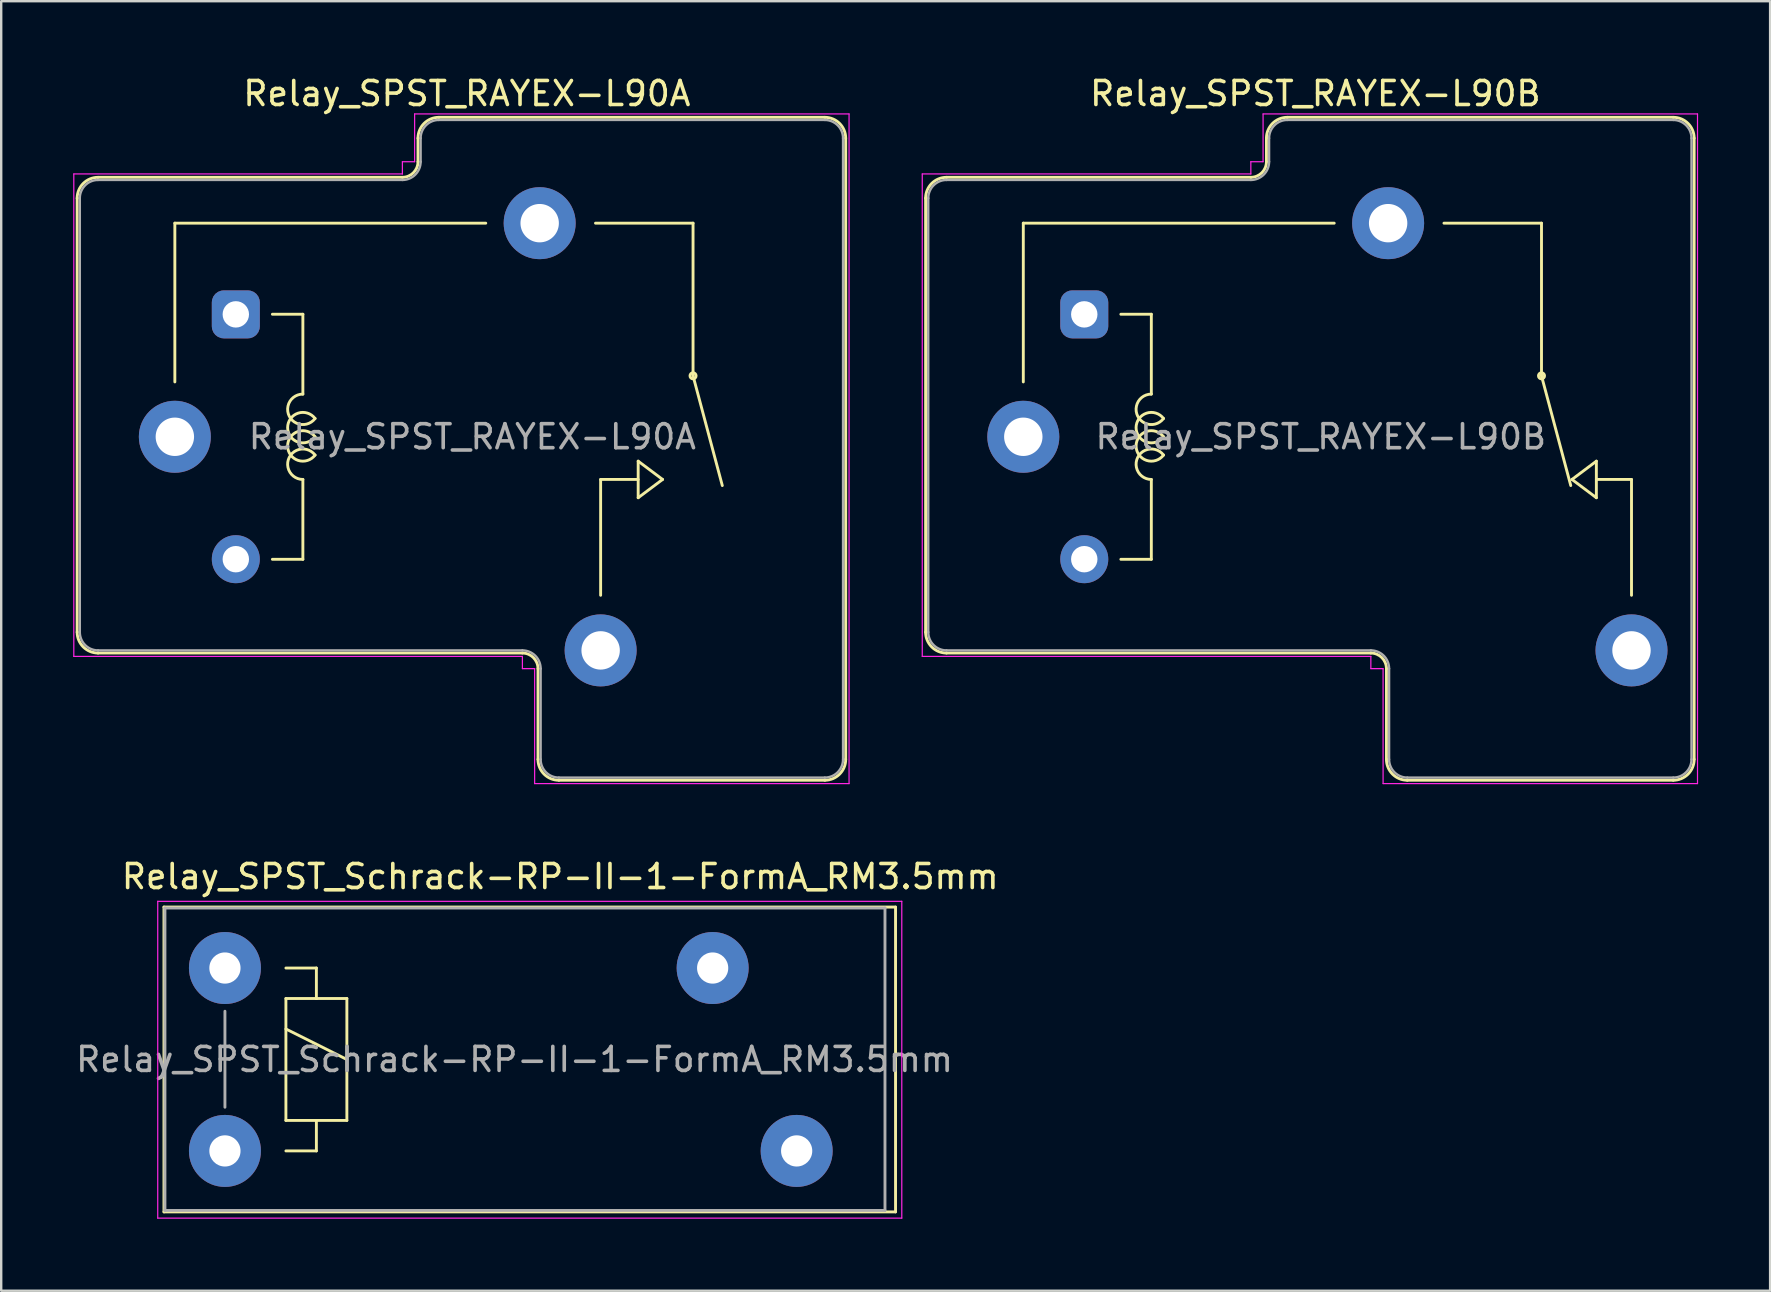
<source format=kicad_pcb>
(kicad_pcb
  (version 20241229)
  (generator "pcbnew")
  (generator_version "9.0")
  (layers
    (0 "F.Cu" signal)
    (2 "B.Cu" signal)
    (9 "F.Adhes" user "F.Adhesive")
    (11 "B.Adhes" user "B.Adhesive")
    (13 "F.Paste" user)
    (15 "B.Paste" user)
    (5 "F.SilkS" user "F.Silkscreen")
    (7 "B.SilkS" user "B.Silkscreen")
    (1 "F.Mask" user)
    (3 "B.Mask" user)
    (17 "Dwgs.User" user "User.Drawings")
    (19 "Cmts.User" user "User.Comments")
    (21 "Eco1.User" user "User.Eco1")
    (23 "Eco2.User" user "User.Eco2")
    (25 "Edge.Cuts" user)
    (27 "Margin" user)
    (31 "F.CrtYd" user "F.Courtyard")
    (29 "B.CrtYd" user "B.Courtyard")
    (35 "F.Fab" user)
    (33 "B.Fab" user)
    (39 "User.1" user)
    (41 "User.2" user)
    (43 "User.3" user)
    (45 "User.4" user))
  (footprint "Relay_SPST_RAYEX-L90B"
    (layer "F.Cu")
    (at 39.585 15.148)
    (property "Reference" "Relay_SPST_RAYEX-L90B" (at 12.167 -14.3 0) (layer "F.SilkS") (effects (font (size 1 1) (thickness 0.15))))
    (attr through_hole)
    (fp_line (start -4.07 -9.94) (end -4.07 8.14) (stroke (width 0.12) (type solid)) (layer "F.SilkS"))
    (fp_line (start -3.2 -10.81) (end 9.48 -10.81) (stroke (width 0.12) (type solid)) (layer "F.SilkS"))
    (fp_line (start -3.2 9.01) (end 14.48 9.01) (stroke (width 0.12) (type solid)) (layer "F.SilkS"))
    (fp_line (start 0 -8.9) (end 0 -2.286) (stroke (width 0.12) (type solid)) (layer "F.SilkS"))
    (fp_line (start 0 -8.9) (end 12.954 -8.9) (stroke (width 0.12) (type solid)) (layer "F.SilkS"))
    (fp_line (start 4.064 -5.105) (end 5.334 -5.105) (stroke (width 0.12) (type solid)) (layer "F.SilkS"))
    (fp_line (start 5.334 -1.778) (end 5.334 -5.105) (stroke (width 0.12) (type solid)) (layer "F.SilkS"))
    (fp_line (start 5.334 5.105) (end 4.064 5.105) (stroke (width 0.12) (type solid)) (layer "F.SilkS"))
    (fp_line (start 5.334 5.105) (end 5.334 1.778) (stroke (width 0.12) (type solid)) (layer "F.SilkS"))
    (fp_line (start 10.13 -12.44) (end 10.13 -11.46) (stroke (width 0.12) (type solid)) (layer "F.SilkS"))
    (fp_line (start 11 -13.31) (end 27.08 -13.31) (stroke (width 0.12) (type solid)) (layer "F.SilkS"))
    (fp_line (start 15.13 9.66) (end 15.13 13.44) (stroke (width 0.12) (type solid)) (layer "F.SilkS"))
    (fp_line (start 16 14.31) (end 27.08 14.31) (stroke (width 0.12) (type solid)) (layer "F.SilkS"))
    (fp_line (start 21.59 -8.9) (end 17.526 -8.9) (stroke (width 0.12) (type solid)) (layer "F.SilkS"))
    (fp_line (start 21.59 -2.54) (end 21.59 -8.9) (stroke (width 0.12) (type solid)) (layer "F.SilkS"))
    (fp_line (start 21.59 -2.54) (end 22.809 2.032) (stroke (width 0.12) (type solid)) (layer "F.SilkS"))
    (fp_line (start 22.86 1.778) (end 23.876 1.016) (stroke (width 0.12) (type solid)) (layer "F.SilkS"))
    (fp_line (start 23.876 1.778) (end 25.34 1.778) (stroke (width 0.12) (type solid)) (layer "F.SilkS"))
    (fp_line (start 23.876 2.54) (end 22.86 1.778) (stroke (width 0.12) (type solid)) (layer "F.SilkS"))
    (fp_line (start 23.876 2.54) (end 23.876 1.016) (stroke (width 0.12) (type solid)) (layer "F.SilkS"))
    (fp_line (start 25.34 1.778) (end 25.34 6.604) (stroke (width 0.12) (type solid)) (layer "F.SilkS"))
    (fp_line (start 27.95 -12.44) (end 27.95 13.44) (stroke (width 0.12) (type solid)) (layer "F.SilkS"))
    (fp_arc (start -4.07 -9.94) (mid -3.815183 -10.555183) (end -3.2 -10.81) (stroke (width 0.12) (type solid)) (layer "F.SilkS"))
    (fp_arc (start -3.2 9.01) (mid -3.815183 8.755183) (end -4.07 8.14) (stroke (width 0.12) (type solid)) (layer "F.SilkS"))
    (fp_arc (start 5.334002 1.777997) (mid 4.765966 0.859166) (end 5.841802 0.76173) (stroke (width 0.12) (type solid)) (layer "F.SilkS"))
    (fp_arc (start 5.8418 -0.761733) (mid 4.765964 -0.859168) (end 5.334 -1.778) (stroke (width 0.12) (type solid)) (layer "F.SilkS"))
    (fp_arc (start 5.842265 -0.000355) (mid 4.699002 -0.38078) (end 5.842 -0.762001) (stroke (width 0.12) (type solid)) (layer "F.SilkS"))
    (fp_arc (start 5.842266 0.761644) (mid 4.699003 0.381219) (end 5.842001 -0.000002) (stroke (width 0.12) (type solid)) (layer "F.SilkS"))
    (fp_arc (start 10.13 -12.44) (mid 10.384817 -13.055183) (end 11 -13.31) (stroke (width 0.12) (type solid)) (layer "F.SilkS"))
    (fp_arc (start 10.13 -11.46) (mid 9.939619 -11.000381) (end 9.48 -10.81) (stroke (width 0.12) (type solid)) (layer "F.SilkS"))
    (fp_arc (start 14.48 9.01) (mid 14.939619 9.200381) (end 15.13 9.66) (stroke (width 0.12) (type solid)) (layer "F.SilkS"))
    (fp_arc (start 16 14.31) (mid 15.384817 14.055183) (end 15.13 13.44) (stroke (width 0.12) (type solid)) (layer "F.SilkS"))
    (fp_arc (start 27.08 -13.31) (mid 27.695183 -13.055183) (end 27.95 -12.44) (stroke (width 0.12) (type solid)) (layer "F.SilkS"))
    (fp_arc (start 27.95 13.44) (mid 27.695183 14.055183) (end 27.08 14.31) (stroke (width 0.12) (type solid)) (layer "F.SilkS"))
    (fp_circle (center 21.59 -2.54) (end 21.59 -2.413) (stroke (width 0.12) (type solid)) (fill no) (layer "F.SilkS"))
    (fp_line (start -4.21 -10.95) (end -4.21 9.15) (stroke (width 0.05) (type solid)) (layer "F.CrtYd"))
    (fp_line (start -4.21 -10.95) (end 9.48 -10.95) (stroke (width 0.05) (type solid)) (layer "F.CrtYd"))
    (fp_line (start -4.21 9.15) (end 14.48 9.15) (stroke (width 0.05) (type solid)) (layer "F.CrtYd"))
    (fp_line (start 9.48 -11.46) (end 9.48 -10.95) (stroke (width 0.05) (type solid)) (layer "F.CrtYd"))
    (fp_line (start 9.48 -11.46) (end 9.99 -11.46) (stroke (width 0.05) (type solid)) (layer "F.CrtYd"))
    (fp_line (start 9.99 -13.45) (end 9.99 -11.46) (stroke (width 0.05) (type solid)) (layer "F.CrtYd"))
    (fp_line (start 9.99 -13.45) (end 28.09 -13.45) (stroke (width 0.05) (type solid)) (layer "F.CrtYd"))
    (fp_line (start 14.48 9.15) (end 14.48 9.66) (stroke (width 0.05) (type solid)) (layer "F.CrtYd"))
    (fp_line (start 14.48 9.66) (end 14.99 9.66) (stroke (width 0.05) (type solid)) (layer "F.CrtYd"))
    (fp_line (start 14.99 9.66) (end 14.99 14.45) (stroke (width 0.05) (type solid)) (layer "F.CrtYd"))
    (fp_line (start 14.99 14.45) (end 28.09 14.45) (stroke (width 0.05) (type solid)) (layer "F.CrtYd"))
    (fp_line (start 28.09 -13.45) (end 28.09 14.45) (stroke (width 0.05) (type solid)) (layer "F.CrtYd"))
    (fp_line (start -3.96 -9.94) (end -3.96 8.14) (stroke (width 0.1) (type solid)) (layer "F.Fab"))
    (fp_line (start -3.2 -10.7) (end 9.48 -10.7) (stroke (width 0.1) (type solid)) (layer "F.Fab"))
    (fp_line (start -3.2 8.9) (end 14.48 8.9) (stroke (width 0.1) (type solid)) (layer "F.Fab"))
    (fp_line (start 10.24 -12.44) (end 10.24 -11.46) (stroke (width 0.1) (type solid)) (layer "F.Fab"))
    (fp_line (start 11 -13.2) (end 27.08 -13.2) (stroke (width 0.1) (type solid)) (layer "F.Fab"))
    (fp_line (start 15.24 9.66) (end 15.24 13.44) (stroke (width 0.1) (type solid)) (layer "F.Fab"))
    (fp_line (start 16 14.2) (end 27.08 14.2) (stroke (width 0.1) (type solid)) (layer "F.Fab"))
    (fp_line (start 27.84 -12.44) (end 27.84 13.44) (stroke (width 0.1) (type solid)) (layer "F.Fab"))
    (fp_arc (start -3.96 -9.94) (mid -3.737401 -10.477401) (end -3.2 -10.7) (stroke (width 0.1) (type solid)) (layer "F.Fab"))
    (fp_arc (start -3.2 8.9) (mid -3.737401 8.677401) (end -3.96 8.14) (stroke (width 0.1) (type solid)) (layer "F.Fab"))
    (fp_arc (start 10.24 -12.44) (mid 10.462599 -12.977401) (end 11 -13.2) (stroke (width 0.1) (type solid)) (layer "F.Fab"))
    (fp_arc (start 10.24 -11.46) (mid 10.017401 -10.922599) (end 9.48 -10.7) (stroke (width 0.1) (type solid)) (layer "F.Fab"))
    (fp_arc (start 14.48 8.9) (mid 15.017401 9.122599) (end 15.24 9.66) (stroke (width 0.1) (type solid)) (layer "F.Fab"))
    (fp_arc (start 16 14.2) (mid 15.462599 13.977401) (end 15.24 13.44) (stroke (width 0.1) (type solid)) (layer "F.Fab"))
    (fp_arc (start 27.08 -13.2) (mid 27.617401 -12.977401) (end 27.84 -12.44) (stroke (width 0.1) (type solid)) (layer "F.Fab"))
    (fp_arc (start 27.84 13.44) (mid 27.617401 13.977401) (end 27.08 14.2) (stroke (width 0.1) (type solid)) (layer "F.Fab"))
    (fp_text user "${REFERENCE}" (at 12.395 0 0) (layer "F.Fab") (effects (font (size 1 1) (thickness 0.15))))
    (pad "11A" thru_hole circle (at 0 0 180) (size 3 3) (drill 1.6) (layers "*.Cu" "*.Mask"))
    (pad "11B" thru_hole circle (at 15.2 -8.9 180) (size 3 3) (drill 1.6) (layers "*.Cu" "*.Mask"))
    (pad "12" thru_hole circle (at 25.34 8.9 180) (size 3 3) (drill 1.6) (layers "*.Cu" "*.Mask"))
    (pad "A1" thru_hole roundrect (at 2.54 -5.1 180) (size 2 2) (drill 1.1) (layers "*.Cu" "*.Mask") (roundrect_rratio 0.25))
    (pad "A2" thru_hole circle (at 2.54 5.1 180) (size 2 2) (drill 1.1) (layers "*.Cu" "*.Mask")))
  (footprint "Relay_SPST_Schrack-RP-II-1-FormA_RM3.5mm"
    (layer "F.Cu")
    (at 6.322 37.282)
    (property "Reference" "Relay_SPST_Schrack-RP-II-1-FormA_RM3.5mm" (at 13.97 -3.81 0) (layer "F.SilkS") (effects (font (size 1 1) (thickness 0.15))))
    (attr through_hole)
    (fp_line (start -2.54 -2.54) (end 27.94 -2.54) (stroke (width 0.12) (type solid)) (layer "F.SilkS"))
    (fp_line (start -2.54 10.16) (end -2.54 -2.54) (stroke (width 0.12) (type solid)) (layer "F.SilkS"))
    (fp_line (start 2.54 0) (end 3.81 0) (stroke (width 0.12) (type solid)) (layer "F.SilkS"))
    (fp_line (start 2.54 1.27) (end 3.81 1.27) (stroke (width 0.12) (type solid)) (layer "F.SilkS"))
    (fp_line (start 2.54 2.54) (end 5.08 3.81) (stroke (width 0.12) (type solid)) (layer "F.SilkS"))
    (fp_line (start 2.54 6.35) (end 2.54 1.27) (stroke (width 0.12) (type solid)) (layer "F.SilkS"))
    (fp_line (start 3.81 0) (end 3.81 1.27) (stroke (width 0.12) (type solid)) (layer "F.SilkS"))
    (fp_line (start 3.81 1.27) (end 5.08 1.27) (stroke (width 0.12) (type solid)) (layer "F.SilkS"))
    (fp_line (start 3.81 6.35) (end 3.81 7.62) (stroke (width 0.12) (type solid)) (layer "F.SilkS"))
    (fp_line (start 3.81 7.62) (end 2.54 7.62) (stroke (width 0.12) (type solid)) (layer "F.SilkS"))
    (fp_line (start 5.08 1.27) (end 5.08 6.35) (stroke (width 0.12) (type solid)) (layer "F.SilkS"))
    (fp_line (start 5.08 6.35) (end 2.54 6.35) (stroke (width 0.12) (type solid)) (layer "F.SilkS"))
    (fp_line (start 27.94 -2.54) (end 27.94 10.16) (stroke (width 0.12) (type solid)) (layer "F.SilkS"))
    (fp_line (start 27.94 10.16) (end -2.54 10.16) (stroke (width 0.12) (type solid)) (layer "F.SilkS"))
    (fp_line (start -2.8 -2.78) (end 28.2 -2.78) (stroke (width 0.05) (type solid)) (layer "F.CrtYd"))
    (fp_line (start -2.8 10.42) (end -2.8 -2.78) (stroke (width 0.05) (type solid)) (layer "F.CrtYd"))
    (fp_line (start 28.2 -2.78) (end 28.2 10.42) (stroke (width 0.05) (type solid)) (layer "F.CrtYd"))
    (fp_line (start 28.2 10.42) (end -2.8 10.42) (stroke (width 0.05) (type solid)) (layer "F.CrtYd"))
    (fp_line (start -2.5 -2.5) (end 27.5 -2.5) (stroke (width 0.12) (type solid)) (layer "F.Fab"))
    (fp_line (start -2.5 10.1) (end -2.5 -2.5) (stroke (width 0.12) (type solid)) (layer "F.Fab"))
    (fp_line (start 0 1.8) (end 0 5.8) (stroke (width 0.12) (type solid)) (layer "F.Fab"))
    (fp_line (start 27.5 -2.5) (end 27.5 10.1) (stroke (width 0.12) (type solid)) (layer "F.Fab"))
    (fp_line (start 27.5 10.1) (end -2.5 10.1) (stroke (width 0.12) (type solid)) (layer "F.Fab"))
    (fp_text user "${REFERENCE}" (at 12.065 3.81 0) (layer "F.Fab") (effects (font (size 1 1) (thickness 0.15))))
    (pad "11" thru_hole circle (at 20.32 0) (size 3 3) (drill 1.3) (layers "*.Cu" "*.Mask"))
    (pad "14" thru_hole circle (at 23.82 7.62) (size 3 3) (drill 1.3) (layers "*.Cu" "*.Mask"))
    (pad "A1" thru_hole circle (at 0 0) (size 3 3) (drill 1.3) (layers "*.Cu" "*.Mask"))
    (pad "A2" thru_hole circle (at 0 7.62) (size 3 3) (drill 1.3) (layers "*.Cu" "*.Mask")))
  (footprint "Relay_SPST_RAYEX-L90A"
    (layer "F.Cu")
    (at 4.235 15.148)
    (property "Reference" "Relay_SPST_RAYEX-L90A" (at 12.167 -14.3 0) (layer "F.SilkS") (effects (font (size 1 1) (thickness 0.15))))
    (attr through_hole)
    (fp_line (start -4.07 -9.94) (end -4.07 8.14) (stroke (width 0.12) (type solid)) (layer "F.SilkS"))
    (fp_line (start -3.2 -10.81) (end 9.48 -10.81) (stroke (width 0.12) (type solid)) (layer "F.SilkS"))
    (fp_line (start -3.2 9.01) (end 14.48 9.01) (stroke (width 0.12) (type solid)) (layer "F.SilkS"))
    (fp_line (start 0 -8.9) (end 0 -2.286) (stroke (width 0.12) (type solid)) (layer "F.SilkS"))
    (fp_line (start 0 -8.9) (end 12.954 -8.9) (stroke (width 0.12) (type solid)) (layer "F.SilkS"))
    (fp_line (start 4.064 -5.105) (end 5.334 -5.105) (stroke (width 0.12) (type solid)) (layer "F.SilkS"))
    (fp_line (start 5.334 -1.778) (end 5.334 -5.105) (stroke (width 0.12) (type solid)) (layer "F.SilkS"))
    (fp_line (start 5.334 5.105) (end 4.064 5.105) (stroke (width 0.12) (type solid)) (layer "F.SilkS"))
    (fp_line (start 5.334 5.105) (end 5.334 1.778) (stroke (width 0.12) (type solid)) (layer "F.SilkS"))
    (fp_line (start 10.13 -12.44) (end 10.13 -11.46) (stroke (width 0.12) (type solid)) (layer "F.SilkS"))
    (fp_line (start 11 -13.31) (end 27.08 -13.31) (stroke (width 0.12) (type solid)) (layer "F.SilkS"))
    (fp_line (start 15.13 9.66) (end 15.13 13.44) (stroke (width 0.12) (type solid)) (layer "F.SilkS"))
    (fp_line (start 16 14.31) (end 27.08 14.31) (stroke (width 0.12) (type solid)) (layer "F.SilkS"))
    (fp_line (start 17.74 1.778) (end 19.304 1.778) (stroke (width 0.12) (type solid)) (layer "F.SilkS"))
    (fp_line (start 17.74 6.604) (end 17.74 1.778) (stroke (width 0.12) (type solid)) (layer "F.SilkS"))
    (fp_line (start 19.304 1.016) (end 19.304 2.54) (stroke (width 0.12) (type solid)) (layer "F.SilkS"))
    (fp_line (start 19.304 2.54) (end 20.32 1.778) (stroke (width 0.12) (type solid)) (layer "F.SilkS"))
    (fp_line (start 20.32 1.778) (end 19.304 1.016) (stroke (width 0.12) (type solid)) (layer "F.SilkS"))
    (fp_line (start 21.59 -8.9) (end 17.526 -8.9) (stroke (width 0.12) (type solid)) (layer "F.SilkS"))
    (fp_line (start 21.59 -2.54) (end 21.59 -8.9) (stroke (width 0.12) (type solid)) (layer "F.SilkS"))
    (fp_line (start 21.59 -2.54) (end 22.809 2.032) (stroke (width 0.12) (type solid)) (layer "F.SilkS"))
    (fp_line (start 27.95 -12.44) (end 27.95 13.44) (stroke (width 0.12) (type solid)) (layer "F.SilkS"))
    (fp_arc (start -4.07 -9.94) (mid -3.815183 -10.555183) (end -3.2 -10.81) (stroke (width 0.12) (type solid)) (layer "F.SilkS"))
    (fp_arc (start -3.2 9.01) (mid -3.815183 8.755183) (end -4.07 8.14) (stroke (width 0.12) (type solid)) (layer "F.SilkS"))
    (fp_arc (start 5.334002 1.777997) (mid 4.765966 0.859166) (end 5.841802 0.76173) (stroke (width 0.12) (type solid)) (layer "F.SilkS"))
    (fp_arc (start 5.8418 -0.761733) (mid 4.765964 -0.859168) (end 5.334 -1.778) (stroke (width 0.12) (type solid)) (layer "F.SilkS"))
    (fp_arc (start 5.842265 -0.000355) (mid 4.699002 -0.38078) (end 5.842 -0.762001) (stroke (width 0.12) (type solid)) (layer "F.SilkS"))
    (fp_arc (start 5.842266 0.761644) (mid 4.699003 0.381219) (end 5.842001 -0.000002) (stroke (width 0.12) (type solid)) (layer "F.SilkS"))
    (fp_arc (start 10.13 -12.44) (mid 10.384817 -13.055183) (end 11 -13.31) (stroke (width 0.12) (type solid)) (layer "F.SilkS"))
    (fp_arc (start 10.13 -11.46) (mid 9.939619 -11.000381) (end 9.48 -10.81) (stroke (width 0.12) (type solid)) (layer "F.SilkS"))
    (fp_arc (start 14.48 9.01) (mid 14.939619 9.200381) (end 15.13 9.66) (stroke (width 0.12) (type solid)) (layer "F.SilkS"))
    (fp_arc (start 16 14.31) (mid 15.384817 14.055183) (end 15.13 13.44) (stroke (width 0.12) (type solid)) (layer "F.SilkS"))
    (fp_arc (start 27.08 -13.31) (mid 27.695183 -13.055183) (end 27.95 -12.44) (stroke (width 0.12) (type solid)) (layer "F.SilkS"))
    (fp_arc (start 27.95 13.44) (mid 27.695183 14.055183) (end 27.08 14.31) (stroke (width 0.12) (type solid)) (layer "F.SilkS"))
    (fp_circle (center 21.59 -2.54) (end 21.59 -2.413) (stroke (width 0.12) (type solid)) (fill no) (layer "F.SilkS"))
    (fp_line (start -4.21 -10.95) (end -4.21 9.15) (stroke (width 0.05) (type solid)) (layer "F.CrtYd"))
    (fp_line (start -4.21 -10.95) (end 9.48 -10.95) (stroke (width 0.05) (type solid)) (layer "F.CrtYd"))
    (fp_line (start -4.21 9.15) (end 14.48 9.15) (stroke (width 0.05) (type solid)) (layer "F.CrtYd"))
    (fp_line (start 9.48 -11.46) (end 9.48 -10.95) (stroke (width 0.05) (type solid)) (layer "F.CrtYd"))
    (fp_line (start 9.48 -11.46) (end 9.99 -11.46) (stroke (width 0.05) (type solid)) (layer "F.CrtYd"))
    (fp_line (start 9.99 -13.45) (end 9.99 -11.46) (stroke (width 0.05) (type solid)) (layer "F.CrtYd"))
    (fp_line (start 9.99 -13.45) (end 28.09 -13.45) (stroke (width 0.05) (type solid)) (layer "F.CrtYd"))
    (fp_line (start 14.48 9.15) (end 14.48 9.66) (stroke (width 0.05) (type solid)) (layer "F.CrtYd"))
    (fp_line (start 14.48 9.66) (end 14.99 9.66) (stroke (width 0.05) (type solid)) (layer "F.CrtYd"))
    (fp_line (start 14.99 9.66) (end 14.99 14.45) (stroke (width 0.05) (type solid)) (layer "F.CrtYd"))
    (fp_line (start 14.99 14.45) (end 28.09 14.45) (stroke (width 0.05) (type solid)) (layer "F.CrtYd"))
    (fp_line (start 28.09 -13.45) (end 28.09 14.45) (stroke (width 0.05) (type solid)) (layer "F.CrtYd"))
    (fp_line (start -3.96 -9.94) (end -3.96 8.14) (stroke (width 0.1) (type solid)) (layer "F.Fab"))
    (fp_line (start -3.2 -10.7) (end 9.48 -10.7) (stroke (width 0.1) (type solid)) (layer "F.Fab"))
    (fp_line (start -3.2 8.9) (end 14.48 8.9) (stroke (width 0.1) (type solid)) (layer "F.Fab"))
    (fp_line (start 10.24 -12.44) (end 10.24 -11.46) (stroke (width 0.1) (type solid)) (layer "F.Fab"))
    (fp_line (start 11 -13.2) (end 27.08 -13.2) (stroke (width 0.1) (type solid)) (layer "F.Fab"))
    (fp_line (start 15.24 9.66) (end 15.24 13.44) (stroke (width 0.1) (type solid)) (layer "F.Fab"))
    (fp_line (start 16 14.2) (end 27.08 14.2) (stroke (width 0.1) (type solid)) (layer "F.Fab"))
    (fp_line (start 27.84 -12.44) (end 27.84 13.44) (stroke (width 0.1) (type solid)) (layer "F.Fab"))
    (fp_arc (start -3.96 -9.94) (mid -3.737401 -10.477401) (end -3.2 -10.7) (stroke (width 0.1) (type solid)) (layer "F.Fab"))
    (fp_arc (start -3.2 8.9) (mid -3.737401 8.677401) (end -3.96 8.14) (stroke (width 0.1) (type solid)) (layer "F.Fab"))
    (fp_arc (start 10.24 -12.44) (mid 10.462599 -12.977401) (end 11 -13.2) (stroke (width 0.1) (type solid)) (layer "F.Fab"))
    (fp_arc (start 10.24 -11.46) (mid 10.017401 -10.922599) (end 9.48 -10.7) (stroke (width 0.1) (type solid)) (layer "F.Fab"))
    (fp_arc (start 14.48 8.9) (mid 15.017401 9.122599) (end 15.24 9.66) (stroke (width 0.1) (type solid)) (layer "F.Fab"))
    (fp_arc (start 16 14.2) (mid 15.462599 13.977401) (end 15.24 13.44) (stroke (width 0.1) (type solid)) (layer "F.Fab"))
    (fp_arc (start 27.08 -13.2) (mid 27.617401 -12.977401) (end 27.84 -12.44) (stroke (width 0.1) (type solid)) (layer "F.Fab"))
    (fp_arc (start 27.84 13.44) (mid 27.617401 13.977401) (end 27.08 14.2) (stroke (width 0.1) (type solid)) (layer "F.Fab"))
    (fp_text user "${REFERENCE}" (at 12.395 0 0) (layer "F.Fab") (effects (font (size 1 1) (thickness 0.15))))
    (pad "13A" thru_hole circle (at 0 0 180) (size 3 3) (drill 1.6) (layers "*.Cu" "*.Mask"))
    (pad "13B" thru_hole circle (at 15.2 -8.9 180) (size 3 3) (drill 1.6) (layers "*.Cu" "*.Mask"))
    (pad "14" thru_hole circle (at 17.74 8.9 180) (size 3 3) (drill 1.6) (layers "*.Cu" "*.Mask"))
    (pad "A1" thru_hole roundrect (at 2.54 -5.1 180) (size 2 2) (drill 1.1) (layers "*.Cu" "*.Mask") (roundrect_rratio 0.25))
    (pad "A2" thru_hole circle (at 2.54 5.1 180) (size 2 2) (drill 1.1) (layers "*.Cu" "*.Mask")))
  (gr_rect
    (start -3 -3)
    (end 70.7 50.727)
    (stroke (width 0.1) (type default))
    (fill no)
    (layer "Edge.Cuts")))
</source>
